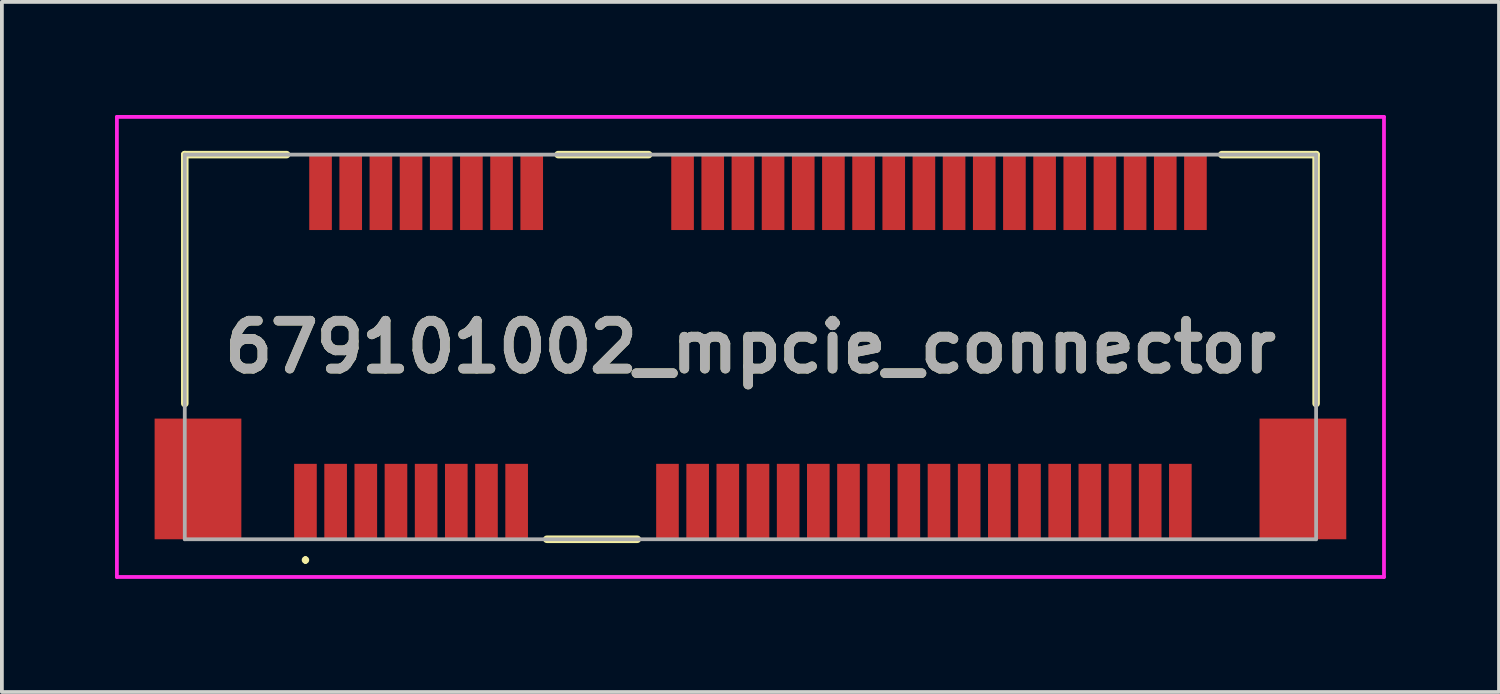
<source format=kicad_pcb>
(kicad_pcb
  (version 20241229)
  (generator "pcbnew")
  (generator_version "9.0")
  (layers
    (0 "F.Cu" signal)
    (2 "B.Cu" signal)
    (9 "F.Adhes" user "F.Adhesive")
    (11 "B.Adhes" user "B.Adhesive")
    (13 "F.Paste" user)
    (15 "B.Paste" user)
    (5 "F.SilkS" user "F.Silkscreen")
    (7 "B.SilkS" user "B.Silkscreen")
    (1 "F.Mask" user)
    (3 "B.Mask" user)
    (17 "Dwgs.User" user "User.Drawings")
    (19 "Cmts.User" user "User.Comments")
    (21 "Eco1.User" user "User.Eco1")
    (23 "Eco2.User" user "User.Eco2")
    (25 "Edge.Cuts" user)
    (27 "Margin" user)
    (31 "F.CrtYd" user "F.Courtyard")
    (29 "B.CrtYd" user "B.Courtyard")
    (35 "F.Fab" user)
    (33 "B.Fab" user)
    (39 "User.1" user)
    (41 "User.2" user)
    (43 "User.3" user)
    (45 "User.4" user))
  (footprint "679101002_mpcie_connector"
    (layer "F.Cu")
    (at 16.85 6.15)
    (property "Reference" "679101002_mpcie_connector" (at 0 0 0) (layer "F.SilkS") (effects (font (size 1.27 1.27) (thickness 0.254))))
    (attr through_hole)
    (fp_line (start -15 -5.1) (end -12.3 -5.1) (stroke (width 0.2) (type solid)) (layer "F.SilkS"))
    (fp_line (start -15 1.5) (end -15 -5.1) (stroke (width 0.2) (type solid)) (layer "F.SilkS"))
    (fp_line (start -11.8 5.6) (end -11.8 5.6) (stroke (width 0.1) (type solid)) (layer "F.SilkS"))
    (fp_line (start -11.8 5.7) (end -11.8 5.7) (stroke (width 0.1) (type solid)) (layer "F.SilkS"))
    (fp_line (start -5.4 5.1) (end -3 5.1) (stroke (width 0.2) (type solid)) (layer "F.SilkS"))
    (fp_line (start -5.1 -5.1) (end -2.7 -5.1) (stroke (width 0.2) (type solid)) (layer "F.SilkS"))
    (fp_line (start 12.5 -5.1) (end 15 -5.1) (stroke (width 0.2) (type solid)) (layer "F.SilkS"))
    (fp_line (start 15 -5.1) (end 15 1.5) (stroke (width 0.2) (type solid)) (layer "F.SilkS"))
    (fp_arc (start -11.8 5.6) (mid -11.75 5.65) (end -11.8 5.7) (stroke (width 0.1) (type solid)) (layer "F.SilkS"))
    (fp_arc (start -11.8 5.7) (mid -11.85 5.65) (end -11.8 5.6) (stroke (width 0.1) (type solid)) (layer "F.SilkS"))
    (fp_line (start -16.8 -6.1) (end 16.8 -6.1) (stroke (width 0.1) (type solid)) (layer "F.CrtYd"))
    (fp_line (start -16.8 6.1) (end -16.8 -6.1) (stroke (width 0.1) (type solid)) (layer "F.CrtYd"))
    (fp_line (start 16.8 -6.1) (end 16.8 6.1) (stroke (width 0.1) (type solid)) (layer "F.CrtYd"))
    (fp_line (start 16.8 6.1) (end -16.8 6.1) (stroke (width 0.1) (type solid)) (layer "F.CrtYd"))
    (fp_line (start -15 -5.1) (end 15 -5.1) (stroke (width 0.1) (type solid)) (layer "F.Fab"))
    (fp_line (start -15 5.1) (end -15 -5.1) (stroke (width 0.1) (type solid)) (layer "F.Fab"))
    (fp_line (start 15 -5.1) (end 15 5.1) (stroke (width 0.1) (type solid)) (layer "F.Fab"))
    (fp_line (start 15 5.1) (end -15 5.1) (stroke (width 0.1) (type solid)) (layer "F.Fab"))
    (fp_text user "${REFERENCE}" (at 0 0 0) (layer "F.Fab") (effects (font (size 1.27 1.27) (thickness 0.254))))
    (pad "" np_thru_hole circle (at -12.5 0) (size 0.001 0.001) (drill 1.6) (layers "*.Cu" "*.Mask"))
    (pad "" np_thru_hole circle (at 12.5 0) (size 0.001 0.001) (drill 1.1) (layers "*.Cu" "*.Mask"))
    (pad "1" smd rect (at -11.8 4.1) (size 0.6 2) (layers "F.Cu" "F.Mask" "F.Paste"))
    (pad "2" smd rect (at -11.4 -4.1) (size 0.6 2) (layers "F.Cu" "F.Mask" "F.Paste"))
    (pad "3" smd rect (at -11 4.1) (size 0.6 2) (layers "F.Cu" "F.Mask" "F.Paste"))
    (pad "4" smd rect (at -10.6 -4.1) (size 0.6 2) (layers "F.Cu" "F.Mask" "F.Paste"))
    (pad "5" smd rect (at -10.2 4.1) (size 0.6 2) (layers "F.Cu" "F.Mask" "F.Paste"))
    (pad "6" smd rect (at -9.8 -4.1) (size 0.6 2) (layers "F.Cu" "F.Mask" "F.Paste"))
    (pad "7" smd rect (at -9.4 4.1) (size 0.6 2) (layers "F.Cu" "F.Mask" "F.Paste"))
    (pad "8" smd rect (at -9 -4.1) (size 0.6 2) (layers "F.Cu" "F.Mask" "F.Paste"))
    (pad "9" smd rect (at -8.6 4.1) (size 0.6 2) (layers "F.Cu" "F.Mask" "F.Paste"))
    (pad "10" smd rect (at -8.2 -4.1) (size 0.6 2) (layers "F.Cu" "F.Mask" "F.Paste"))
    (pad "11" smd rect (at -7.8 4.1) (size 0.6 2) (layers "F.Cu" "F.Mask" "F.Paste"))
    (pad "12" smd rect (at -7.4 -4.1) (size 0.6 2) (layers "F.Cu" "F.Mask" "F.Paste"))
    (pad "13" smd rect (at -7 4.1) (size 0.6 2) (layers "F.Cu" "F.Mask" "F.Paste"))
    (pad "14" smd rect (at -6.6 -4.1) (size 0.6 2) (layers "F.Cu" "F.Mask" "F.Paste"))
    (pad "15" smd rect (at -6.2 4.1) (size 0.6 2) (layers "F.Cu" "F.Mask" "F.Paste"))
    (pad "16" smd rect (at -5.8 -4.1) (size 0.6 2) (layers "F.Cu" "F.Mask" "F.Paste"))
    (pad "17" smd rect (at -2.2 4.1) (size 0.6 2) (layers "F.Cu" "F.Mask" "F.Paste"))
    (pad "18" smd rect (at -1.8 -4.1) (size 0.6 2) (layers "F.Cu" "F.Mask" "F.Paste"))
    (pad "19" smd rect (at -1.4 4.1) (size 0.6 2) (layers "F.Cu" "F.Mask" "F.Paste"))
    (pad "20" smd rect (at -1 -4.1) (size 0.6 2) (layers "F.Cu" "F.Mask" "F.Paste"))
    (pad "21" smd rect (at -0.6 4.1) (size 0.6 2) (layers "F.Cu" "F.Mask" "F.Paste"))
    (pad "22" smd rect (at -0.2 -4.1) (size 0.6 2) (layers "F.Cu" "F.Mask" "F.Paste"))
    (pad "23" smd rect (at 0.2 4.1) (size 0.6 2) (layers "F.Cu" "F.Mask" "F.Paste"))
    (pad "24" smd rect (at 0.6 -4.1) (size 0.6 2) (layers "F.Cu" "F.Mask" "F.Paste"))
    (pad "25" smd rect (at 1 4.1) (size 0.6 2) (layers "F.Cu" "F.Mask" "F.Paste"))
    (pad "26" smd rect (at 1.4 -4.1) (size 0.6 2) (layers "F.Cu" "F.Mask" "F.Paste"))
    (pad "27" smd rect (at 1.8 4.1) (size 0.6 2) (layers "F.Cu" "F.Mask" "F.Paste"))
    (pad "28" smd rect (at 2.2 -4.1) (size 0.6 2) (layers "F.Cu" "F.Mask" "F.Paste"))
    (pad "29" smd rect (at 2.6 4.1) (size 0.6 2) (layers "F.Cu" "F.Mask" "F.Paste"))
    (pad "30" smd rect (at 3 -4.1) (size 0.6 2) (layers "F.Cu" "F.Mask" "F.Paste"))
    (pad "31" smd rect (at 3.4 4.1) (size 0.6 2) (layers "F.Cu" "F.Mask" "F.Paste"))
    (pad "32" smd rect (at 3.8 -4.1) (size 0.6 2) (layers "F.Cu" "F.Mask" "F.Paste"))
    (pad "33" smd rect (at 4.2 4.1) (size 0.6 2) (layers "F.Cu" "F.Mask" "F.Paste"))
    (pad "34" smd rect (at 4.6 -4.1) (size 0.6 2) (layers "F.Cu" "F.Mask" "F.Paste"))
    (pad "35" smd rect (at 5 4.1) (size 0.6 2) (layers "F.Cu" "F.Mask" "F.Paste"))
    (pad "36" smd rect (at 5.4 -4.1) (size 0.6 2) (layers "F.Cu" "F.Mask" "F.Paste"))
    (pad "37" smd rect (at 5.8 4.1) (size 0.6 2) (layers "F.Cu" "F.Mask" "F.Paste"))
    (pad "38" smd rect (at 6.2 -4.1) (size 0.6 2) (layers "F.Cu" "F.Mask" "F.Paste"))
    (pad "39" smd rect (at 6.6 4.1) (size 0.6 2) (layers "F.Cu" "F.Mask" "F.Paste"))
    (pad "40" smd rect (at 7 -4.1) (size 0.6 2) (layers "F.Cu" "F.Mask" "F.Paste"))
    (pad "41" smd rect (at 7.4 4.1) (size 0.6 2) (layers "F.Cu" "F.Mask" "F.Paste"))
    (pad "42" smd rect (at 7.8 -4.1) (size 0.6 2) (layers "F.Cu" "F.Mask" "F.Paste"))
    (pad "43" smd rect (at 8.2 4.1) (size 0.6 2) (layers "F.Cu" "F.Mask" "F.Paste"))
    (pad "44" smd rect (at 8.6 -4.1) (size 0.6 2) (layers "F.Cu" "F.Mask" "F.Paste"))
    (pad "45" smd rect (at 9 4.1) (size 0.6 2) (layers "F.Cu" "F.Mask" "F.Paste"))
    (pad "46" smd rect (at 9.4 -4.1) (size 0.6 2) (layers "F.Cu" "F.Mask" "F.Paste"))
    (pad "47" smd rect (at 9.8 4.1) (size 0.6 2) (layers "F.Cu" "F.Mask" "F.Paste"))
    (pad "48" smd rect (at 10.2 -4.1) (size 0.6 2) (layers "F.Cu" "F.Mask" "F.Paste"))
    (pad "49" smd rect (at 10.6 4.1) (size 0.6 2) (layers "F.Cu" "F.Mask" "F.Paste"))
    (pad "50" smd rect (at 11 -4.1) (size 0.6 2) (layers "F.Cu" "F.Mask" "F.Paste"))
    (pad "51" smd rect (at 11.4 4.1) (size 0.6 2) (layers "F.Cu" "F.Mask" "F.Paste"))
    (pad "52" smd rect (at 11.8 -4.1) (size 0.6 2) (layers "F.Cu" "F.Mask" "F.Paste"))
    (pad "MP1" smd rect (at -14.65 3.5) (size 2.3 3.2) (layers "F.Cu" "F.Mask" "F.Paste"))
    (pad "MP2" smd rect (at 14.65 3.5) (size 2.3 3.2) (layers "F.Cu" "F.Mask" "F.Paste")))
  (gr_rect
    (start -3 -3)
    (end 36.7 15.3)
    (stroke (width 0.1) (type default))
    (fill no)
    (layer "Edge.Cuts")))
</source>
